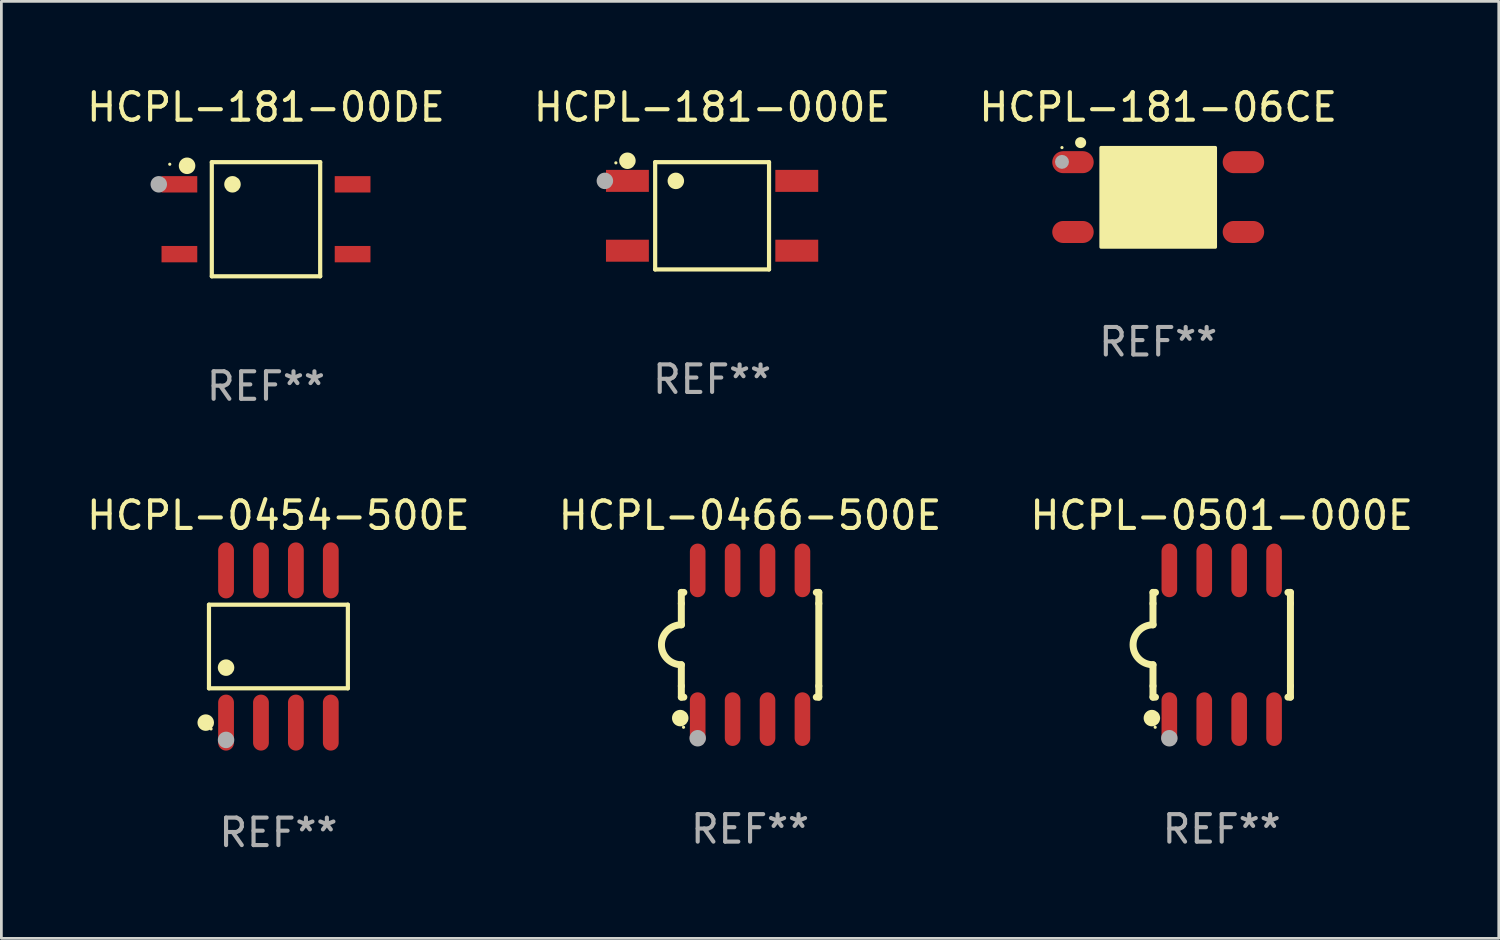
<source format=kicad_pcb>
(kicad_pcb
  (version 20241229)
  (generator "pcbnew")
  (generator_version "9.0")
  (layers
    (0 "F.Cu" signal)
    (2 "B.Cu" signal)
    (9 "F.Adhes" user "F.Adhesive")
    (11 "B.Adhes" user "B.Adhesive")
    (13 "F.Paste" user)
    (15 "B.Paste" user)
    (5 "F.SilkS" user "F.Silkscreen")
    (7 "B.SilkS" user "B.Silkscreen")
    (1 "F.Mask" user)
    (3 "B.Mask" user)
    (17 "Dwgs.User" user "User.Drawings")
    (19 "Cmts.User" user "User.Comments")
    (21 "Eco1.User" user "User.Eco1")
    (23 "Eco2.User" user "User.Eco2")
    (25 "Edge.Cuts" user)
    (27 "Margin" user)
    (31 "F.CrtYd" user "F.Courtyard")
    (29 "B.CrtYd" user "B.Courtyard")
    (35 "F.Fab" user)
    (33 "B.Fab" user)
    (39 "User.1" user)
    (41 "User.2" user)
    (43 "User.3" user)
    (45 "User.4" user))
  (footprint "HCPL-0501-000E"
    (layer "F.Cu")
    (at 41.387 20.402)
    (property "Reference" "HCPL-0501-000E" (at 0 -4.705 0) (layer "F.SilkS") (effects (font (size 1 1) (thickness 0.15))))
    (attr through_hole)
    (fp_line (start -2.5 -1.905) (end -2.409 -1.905) (stroke (width 0.254) (type solid)) (layer "F.SilkS"))
    (fp_line (start -2.5 -1.5) (end -2.5 -1.905) (stroke (width 0.254) (type solid)) (layer "F.SilkS"))
    (fp_line (start -2.5 -1.5) (end -2.5 -0.726) (stroke (width 0.254) (type solid)) (layer "F.SilkS"))
    (fp_line (start -2.5 1.5) (end -2.5 0.727) (stroke (width 0.254) (type solid)) (layer "F.SilkS"))
    (fp_line (start -2.5 1.5) (end -2.5 1.905) (stroke (width 0.254) (type solid)) (layer "F.SilkS"))
    (fp_line (start -2.5 1.905) (end -2.409 1.905) (stroke (width 0.254) (type solid)) (layer "F.SilkS"))
    (fp_line (start 2.5 -1.905) (end 2.409 -1.905) (stroke (width 0.254) (type solid)) (layer "F.SilkS"))
    (fp_line (start 2.5 -1.5) (end 2.5 -1.905) (stroke (width 0.254) (type solid)) (layer "F.SilkS"))
    (fp_line (start 2.5 -1.5) (end 2.5 1.5) (stroke (width 0.254) (type solid)) (layer "F.SilkS"))
    (fp_line (start 2.5 1.5) (end 2.5 1.905) (stroke (width 0.254) (type solid)) (layer "F.SilkS"))
    (fp_line (start 2.5 1.905) (end 2.409 1.905) (stroke (width 0.254) (type solid)) (layer "F.SilkS"))
    (fp_arc (start -2.5 0.726568) (mid -3.220316 -0.0023) (end -2.495097 -0.726289) (stroke (width 0.254001) (type solid)) (layer "F.SilkS"))
    (fp_circle (center -2.54 2.667) (end -2.39 2.667) (stroke (width 0.3) (type solid)) (fill no) (layer "F.SilkS"))
    (fp_circle (center -2.42 3) (end -2.39 3) (stroke (width 0.06) (type solid)) (fill no) (layer "F.SilkS"))
    (fp_circle (center -1.905 3.4) (end -1.755 3.4) (stroke (width 0.3) (type solid)) (fill no) (layer "F.Fab"))
    (fp_text user "REF**" (at 0 6.705 0) (layer "F.Fab") (effects (font (size 1 1) (thickness 0.15))))
    (pad "1" smd oval (at -1.905 2.705) (size 0.568 1.95) (layers "F.Cu" "F.Mask" "F.Paste"))
    (pad "2" smd oval (at -0.635 2.705) (size 0.568 1.95) (layers "F.Cu" "F.Mask" "F.Paste"))
    (pad "3" smd oval (at 0.635 2.705) (size 0.568 1.95) (layers "F.Cu" "F.Mask" "F.Paste"))
    (pad "4" smd oval (at 1.905 2.705) (size 0.568 1.95) (layers "F.Cu" "F.Mask" "F.Paste"))
    (pad "5" smd oval (at 1.905 -2.705) (size 0.568 1.95) (layers "F.Cu" "F.Mask" "F.Paste"))
    (pad "6" smd oval (at 0.635 -2.705) (size 0.568 1.95) (layers "F.Cu" "F.Mask" "F.Paste"))
    (pad "7" smd oval (at -0.635 -2.705) (size 0.568 1.95) (layers "F.Cu" "F.Mask" "F.Paste"))
    (pad "8" smd oval (at -1.905 -2.705) (size 0.568 1.95) (layers "F.Cu" "F.Mask" "F.Paste")))
  (footprint "HCPL-181-00DE"
    (layer "F.Cu")
    (at 6.625 4.924)
    (property "Reference" "HCPL-181-00DE" (at 0 -4.076 0) (layer "F.SilkS") (effects (font (size 1 1) (thickness 0.15))))
    (attr through_hole)
    (fp_line (start -1.971 -2.076) (end 1.971 -2.076) (stroke (width 0.152) (type solid)) (layer "F.SilkS"))
    (fp_line (start -1.971 2.076) (end -1.971 -2.076) (stroke (width 0.152) (type solid)) (layer "F.SilkS"))
    (fp_line (start 1.971 -2.076) (end 1.971 2.076) (stroke (width 0.152) (type solid)) (layer "F.SilkS"))
    (fp_line (start 1.971 2.076) (end -1.971 2.076) (stroke (width 0.152) (type solid)) (layer "F.SilkS"))
    (fp_circle (center -3.5 -2) (end -3.47 -2) (stroke (width 0.06) (type solid)) (fill no) (layer "F.SilkS"))
    (fp_circle (center -2.871 -1.944) (end -2.72 -1.944) (stroke (width 0.3) (type solid)) (fill no) (layer "F.SilkS"))
    (fp_circle (center -1.219 -1.27) (end -1.069 -1.27) (stroke (width 0.3) (type solid)) (fill no) (layer "F.SilkS"))
    (fp_circle (center -3.9 -1.27) (end -3.75 -1.27) (stroke (width 0.3) (type solid)) (fill no) (layer "F.Fab"))
    (fp_text user "REF**" (at 0 6.076 0) (layer "F.Fab") (effects (font (size 1 1) (thickness 0.15))))
    (pad "1" smd rect (at -3.15 -1.27 270) (size 0.595 1.3) (layers "F.Cu" "F.Mask" "F.Paste"))
    (pad "2" smd rect (at -3.15 1.27 270) (size 0.595 1.3) (layers "F.Cu" "F.Mask" "F.Paste"))
    (pad "3" smd rect (at 3.15 1.27 270) (size 0.595 1.3) (layers "F.Cu" "F.Mask" "F.Paste"))
    (pad "4" smd rect (at 3.15 -1.27 270) (size 0.595 1.3) (layers "F.Cu" "F.Mask" "F.Paste")))
  (footprint "HCPL-0454-500E"
    (layer "F.Cu")
    (at 7.077 20.465)
    (property "Reference" "HCPL-0454-500E" (at 0 -4.768 0) (layer "F.SilkS") (effects (font (size 1 1) (thickness 0.15))))
    (attr through_hole)
    (fp_line (start -2.526 -1.521) (end 2.526 -1.521) (stroke (width 0.152) (type solid)) (layer "F.SilkS"))
    (fp_line (start -2.526 1.521) (end -2.526 -1.521) (stroke (width 0.152) (type solid)) (layer "F.SilkS"))
    (fp_line (start 2.526 -1.521) (end 2.526 1.521) (stroke (width 0.152) (type solid)) (layer "F.SilkS"))
    (fp_line (start 2.526 1.521) (end -2.526 1.521) (stroke (width 0.152) (type solid)) (layer "F.SilkS"))
    (fp_circle (center -2.644 2.768) (end -2.494 2.768) (stroke (width 0.3) (type solid)) (fill no) (layer "F.SilkS"))
    (fp_circle (center -2.45 2.998) (end -2.42 2.998) (stroke (width 0.06) (type solid)) (fill no) (layer "F.SilkS"))
    (fp_circle (center -1.905 0.769) (end -1.755 0.769) (stroke (width 0.3) (type solid)) (fill no) (layer "F.SilkS"))
    (fp_circle (center -1.905 3.398) (end -1.755 3.398) (stroke (width 0.3) (type solid)) (fill no) (layer "F.Fab"))
    (fp_text user "REF**" (at 0 6.768 0) (layer "F.Fab") (effects (font (size 1 1) (thickness 0.15))))
    (pad "1" smd oval (at -1.905 2.768) (size 0.574 2.036) (layers "F.Cu" "F.Mask" "F.Paste"))
    (pad "2" smd oval (at -0.635 2.768) (size 0.574 2.036) (layers "F.Cu" "F.Mask" "F.Paste"))
    (pad "3" smd oval (at 0.635 2.768) (size 0.574 2.036) (layers "F.Cu" "F.Mask" "F.Paste"))
    (pad "4" smd oval (at 1.905 2.768) (size 0.574 2.036) (layers "F.Cu" "F.Mask" "F.Paste"))
    (pad "5" smd oval (at 1.905 -2.768) (size 0.574 2.036) (layers "F.Cu" "F.Mask" "F.Paste"))
    (pad "6" smd oval (at 0.635 -2.768) (size 0.574 2.036) (layers "F.Cu" "F.Mask" "F.Paste"))
    (pad "7" smd oval (at -0.635 -2.768) (size 0.574 2.036) (layers "F.Cu" "F.Mask" "F.Paste"))
    (pad "8" smd oval (at -1.905 -2.768) (size 0.574 2.036) (layers "F.Cu" "F.Mask" "F.Paste")))
  (footprint "HCPL-0466-500E"
    (layer "F.Cu")
    (at 24.232 20.402)
    (property "Reference" "HCPL-0466-500E" (at 0 -4.705 0) (layer "F.SilkS") (effects (font (size 1 1) (thickness 0.15))))
    (attr through_hole)
    (fp_line (start -2.5 -1.905) (end -2.409 -1.905) (stroke (width 0.254) (type solid)) (layer "F.SilkS"))
    (fp_line (start -2.5 -1.5) (end -2.5 -1.905) (stroke (width 0.254) (type solid)) (layer "F.SilkS"))
    (fp_line (start -2.5 -1.5) (end -2.5 -0.726) (stroke (width 0.254) (type solid)) (layer "F.SilkS"))
    (fp_line (start -2.5 1.5) (end -2.5 0.727) (stroke (width 0.254) (type solid)) (layer "F.SilkS"))
    (fp_line (start -2.5 1.5) (end -2.5 1.905) (stroke (width 0.254) (type solid)) (layer "F.SilkS"))
    (fp_line (start -2.5 1.905) (end -2.409 1.905) (stroke (width 0.254) (type solid)) (layer "F.SilkS"))
    (fp_line (start 2.5 -1.905) (end 2.409 -1.905) (stroke (width 0.254) (type solid)) (layer "F.SilkS"))
    (fp_line (start 2.5 -1.5) (end 2.5 -1.905) (stroke (width 0.254) (type solid)) (layer "F.SilkS"))
    (fp_line (start 2.5 -1.5) (end 2.5 1.5) (stroke (width 0.254) (type solid)) (layer "F.SilkS"))
    (fp_line (start 2.5 1.5) (end 2.5 1.905) (stroke (width 0.254) (type solid)) (layer "F.SilkS"))
    (fp_line (start 2.5 1.905) (end 2.409 1.905) (stroke (width 0.254) (type solid)) (layer "F.SilkS"))
    (fp_arc (start -2.5 0.726568) (mid -3.220316 -0.0023) (end -2.495097 -0.726289) (stroke (width 0.254001) (type solid)) (layer "F.SilkS"))
    (fp_circle (center -2.54 2.667) (end -2.39 2.667) (stroke (width 0.3) (type solid)) (fill no) (layer "F.SilkS"))
    (fp_circle (center -2.42 3) (end -2.39 3) (stroke (width 0.06) (type solid)) (fill no) (layer "F.SilkS"))
    (fp_circle (center -1.905 3.4) (end -1.755 3.4) (stroke (width 0.3) (type solid)) (fill no) (layer "F.Fab"))
    (fp_text user "REF**" (at 0 6.705 0) (layer "F.Fab") (effects (font (size 1 1) (thickness 0.15))))
    (pad "1" smd oval (at -1.905 2.705) (size 0.568 1.95) (layers "F.Cu" "F.Mask" "F.Paste"))
    (pad "2" smd oval (at -0.635 2.705) (size 0.568 1.95) (layers "F.Cu" "F.Mask" "F.Paste"))
    (pad "3" smd oval (at 0.635 2.705) (size 0.568 1.95) (layers "F.Cu" "F.Mask" "F.Paste"))
    (pad "4" smd oval (at 1.905 2.705) (size 0.568 1.95) (layers "F.Cu" "F.Mask" "F.Paste"))
    (pad "5" smd oval (at 1.905 -2.705) (size 0.568 1.95) (layers "F.Cu" "F.Mask" "F.Paste"))
    (pad "6" smd oval (at 0.635 -2.705) (size 0.568 1.95) (layers "F.Cu" "F.Mask" "F.Paste"))
    (pad "7" smd oval (at -0.635 -2.705) (size 0.568 1.95) (layers "F.Cu" "F.Mask" "F.Paste"))
    (pad "8" smd oval (at -1.905 -2.705) (size 0.568 1.95) (layers "F.Cu" "F.Mask" "F.Paste")))
  (footprint "HCPL-181-000E"
    (layer "F.Cu")
    (at 22.851 4.799)
    (property "Reference" "HCPL-181-000E" (at 0 -3.951 0) (layer "F.SilkS") (effects (font (size 1 1) (thickness 0.15))))
    (attr through_hole)
    (fp_line (start -2.071 -1.951) (end 2.071 -1.951) (stroke (width 0.152) (type solid)) (layer "F.SilkS"))
    (fp_line (start -2.071 1.951) (end -2.071 -1.951) (stroke (width 0.152) (type solid)) (layer "F.SilkS"))
    (fp_line (start 2.071 -1.951) (end 2.071 1.951) (stroke (width 0.152) (type solid)) (layer "F.SilkS"))
    (fp_line (start 2.071 1.951) (end -2.071 1.951) (stroke (width 0.152) (type solid)) (layer "F.SilkS"))
    (fp_circle (center -3.5 -1.925) (end -3.47 -1.925) (stroke (width 0.06) (type solid)) (fill no) (layer "F.SilkS"))
    (fp_circle (center -3.08 -2.002) (end -2.93 -2.002) (stroke (width 0.3) (type solid)) (fill no) (layer "F.SilkS"))
    (fp_circle (center -1.319 -1.27) (end -1.169 -1.27) (stroke (width 0.3) (type solid)) (fill no) (layer "F.SilkS"))
    (fp_circle (center -3.9 -1.27) (end -3.75 -1.27) (stroke (width 0.3) (type solid)) (fill no) (layer "F.Fab"))
    (fp_text user "REF**" (at 0 5.951 0) (layer "F.Fab") (effects (font (size 1 1) (thickness 0.15))))
    (pad "1" smd rect (at -3.08 -1.27) (size 1.56 0.8) (layers "F.Cu" "F.Mask" "F.Paste"))
    (pad "2" smd rect (at -3.08 1.27) (size 1.56 0.8) (layers "F.Cu" "F.Mask" "F.Paste"))
    (pad "3" smd rect (at 3.08 1.27) (size 1.56 0.8) (layers "F.Cu" "F.Mask" "F.Paste"))
    (pad "4" smd rect (at 3.08 -1.27) (size 1.56 0.8) (layers "F.Cu" "F.Mask" "F.Paste")))
  (footprint "HCPL-181-06CE"
    (layer "F.Cu")
    (at 39.077 4.118)
    (property "Reference" "HCPL-181-06CE" (at 0 -3.27 0) (layer "F.SilkS") (effects (font (size 1 1) (thickness 0.15))))
    (attr through_hole)
    (fp_arc (start -2.822555 -1.98001) (mid -2.821285 -1.980014) (end -2.820015 -1.98001) (stroke (width 0.4) (type solid)) (layer "F.SilkS"))
    (fp_circle (center -3.5 -1.8) (end -3.47 -1.8) (stroke (width 0.06) (type solid)) (fill no) (layer "F.SilkS"))
    (fp_poly (pts (xy -2.08 -1.8) (xy 2.08 -1.8) (xy 2.08 1.82) (xy -2.08 1.82)) (stroke (width 0.12) (type solid)) (fill yes) (layer "F.SilkS"))
    (fp_circle (center -3.5 -1.28) (end -3.373 -1.28) (stroke (width 0.254) (type solid)) (fill no) (layer "F.Fab"))
    (fp_text user "REF**" (at 0 5.27 0) (layer "F.Fab") (effects (font (size 1 1) (thickness 0.15))))
    (pad "1" smd oval (at -3.1 -1.27 270) (size 0.8 1.508) (layers "F.Cu" "F.Mask" "F.Paste"))
    (pad "2" smd oval (at -3.1 1.27 270) (size 0.8 1.508) (layers "F.Cu" "F.Mask" "F.Paste"))
    (pad "3" smd oval (at 3.1 1.27 270) (size 0.8 1.508) (layers "F.Cu" "F.Mask" "F.Paste"))
    (pad "4" smd oval (at 3.1 -1.27 270) (size 0.8 1.508) (layers "F.Cu" "F.Mask" "F.Paste")))
  (gr_rect
    (start -3 -3)
    (end 51.464 31.081)
    (stroke (width 0.1) (type default))
    (fill no)
    (layer "Edge.Cuts")))
</source>
